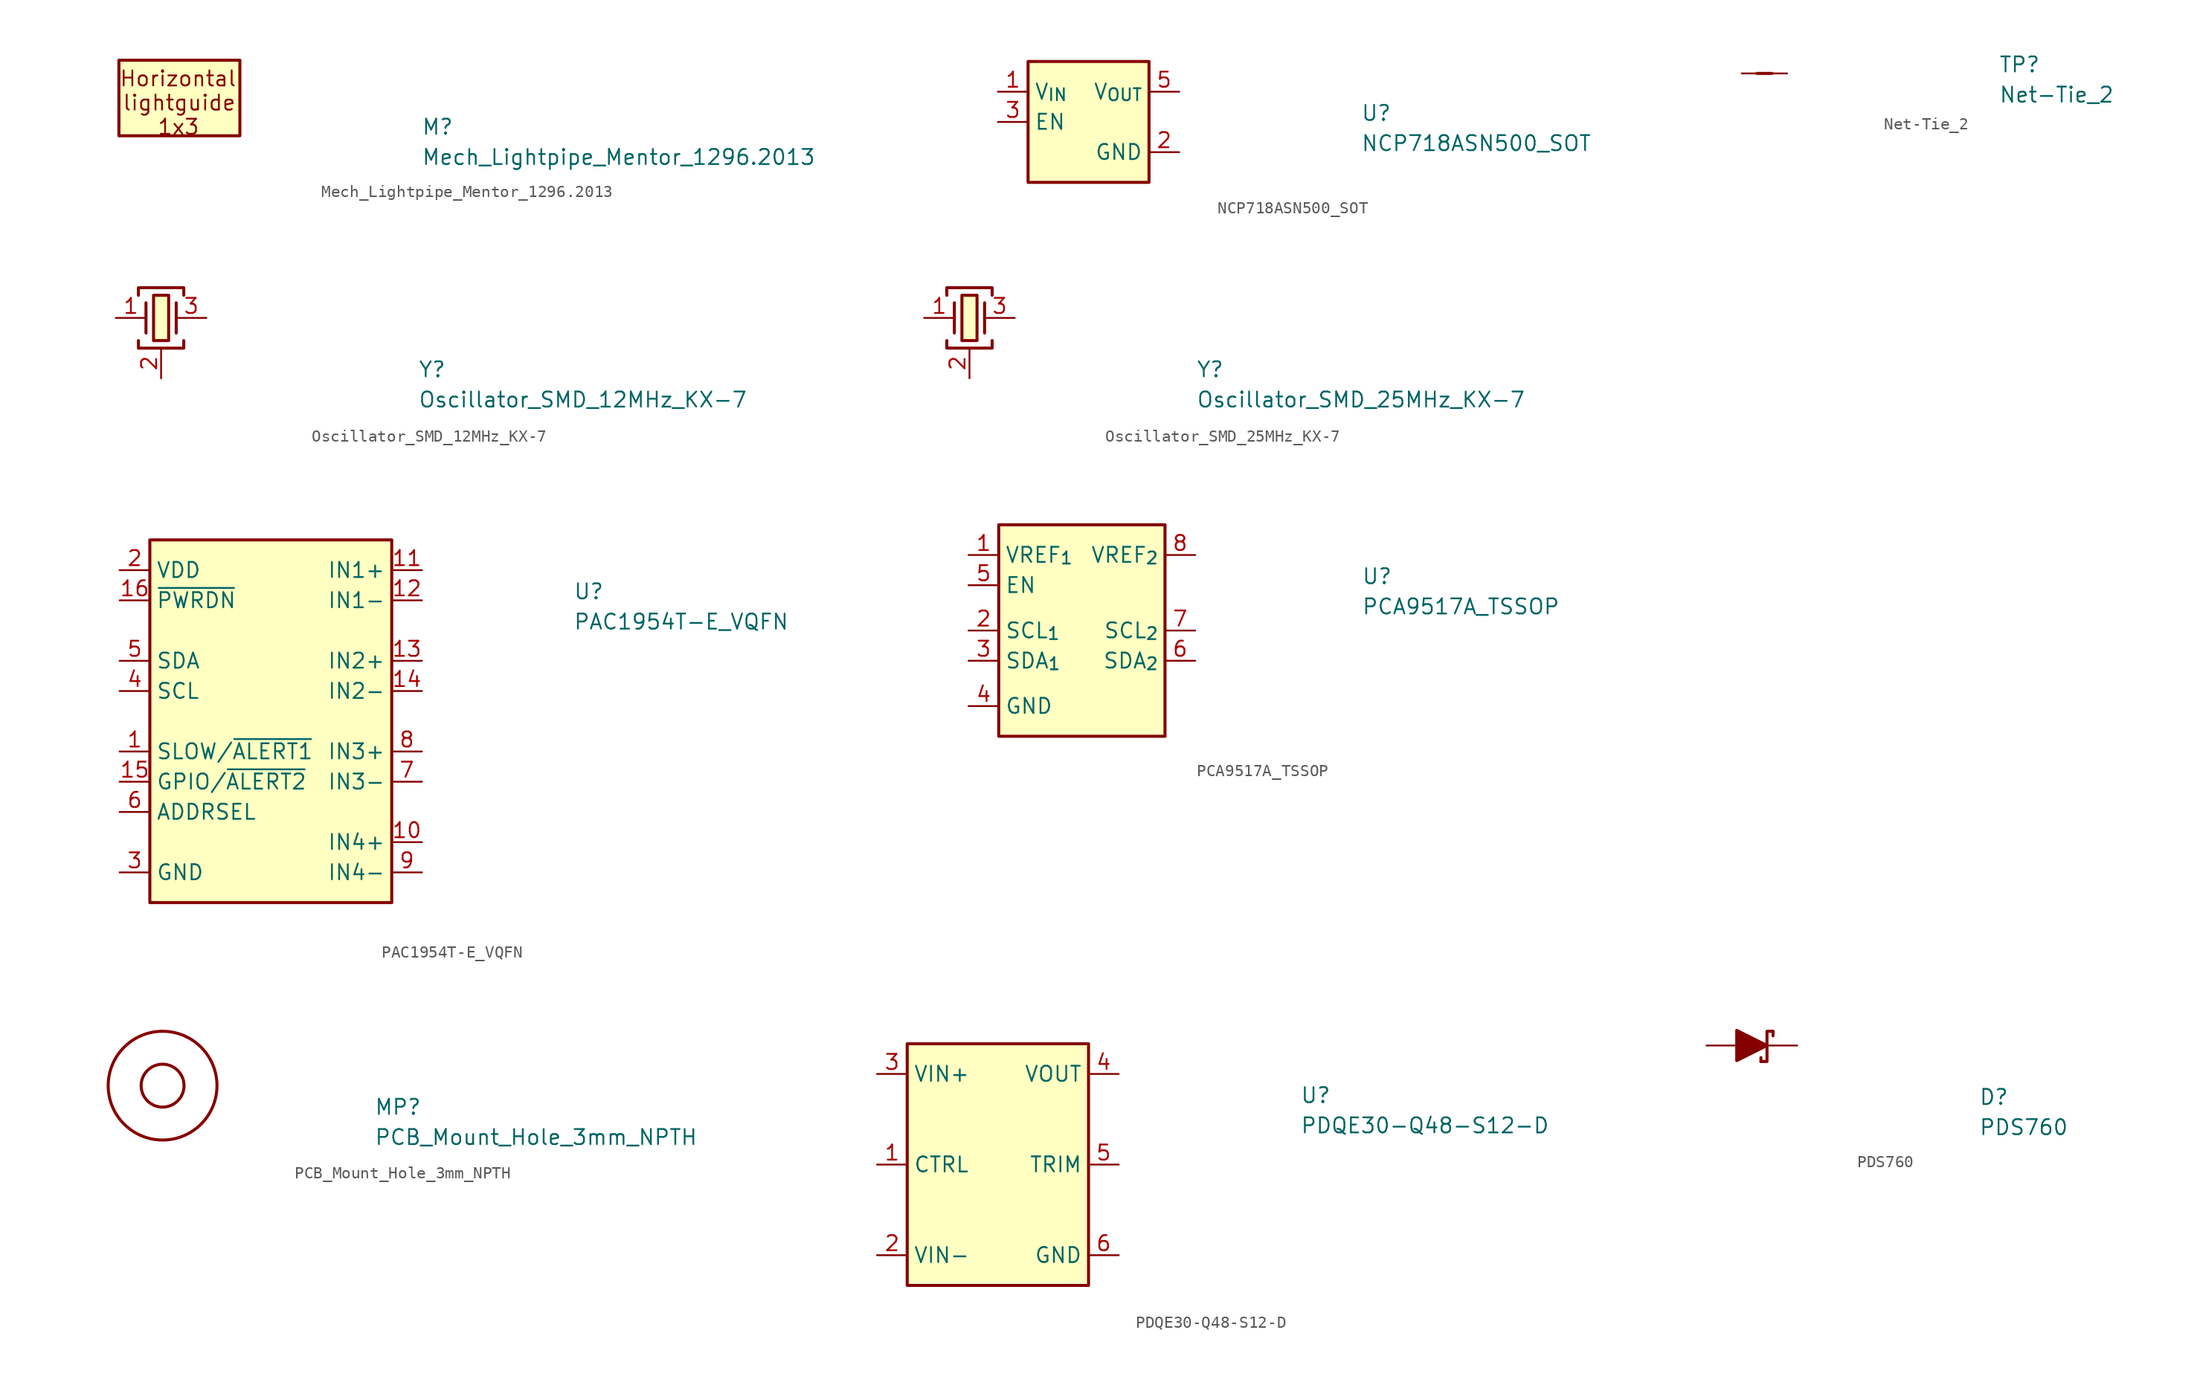
<source format=kicad_sym>
(kicad_symbol_lib
  (version 20211014)
  (generator kicad_symbol_editor)
  (symbol "Mech_Lightpipe_Mentor_1296.2013"
    (property "Reference" "M"
      (at 20.32 -2.54 0)
      (effects (font (size 1.27 1.27) (thickness 0.15)) (justify left bottom)))
    (property "Value" "Mech_Lightpipe_Mentor_1296.2013"
      (at 20.32 -5.08 0)
      (effects (font (size 1.27 1.27) (thickness 0.15)) (justify left bottom)))
    (symbol "Mech_Lightpipe_Mentor_1296.2013_1_1"
      (rectangle (start 5.08 -2.54) (end -5.08 3.81) (stroke (width 0.254) (type default) (color 0 0 0 0)) (fill (type background)))
      (text "1x3" (at -1.905 -2.54 0) (effects (font (size 1.27 1.27) (thickness 0.15)) (justify left bottom)))
      (text "Horizontal" (at -5.08 1.524 0) (effects (font (size 1.27 1.27) (thickness 0.15)) (justify left bottom)))
      (text "lightguide" (at -4.826 -0.508 0) (effects (font (size 1.27 1.27) (thickness 0.15)) (justify left bottom)))))
  (symbol "NCP718ASN500_SOT"
    (property "Reference" "U"
      (at 30.48 -2.54 0)
      (effects (font (size 1.27 1.27) (thickness 0.15)) (justify left bottom)))
    (property "Value" "NCP718ASN500_SOT"
      (at 30.48 -5.08 0)
      (effects (font (size 1.27 1.27) (thickness 0.15)) (justify left bottom)))
    (symbol "NCP718ASN500_SOT_1_1"
      (rectangle (start 2.54 2.54) (end 12.7 -7.62) (stroke (width 0.254) (type default) (color 0 0 0 0)) (fill (type background)))
      (pin power_in line (at 0 0 0) (length 2.54) (name "V_{IN}" (effects (font (size 1.27 1.27)))) (number "1" (effects (font (size 1.27 1.27)))))
      (pin power_in line (at 15.24 -5.08 180) (length 2.54) (name "GND" (effects (font (size 1.27 1.27)))) (number "2" (effects (font (size 1.27 1.27)))))
      (pin input line (at 0 -2.54 0) (length 2.54) (name "EN" (effects (font (size 1.27 1.27)))) (number "3" (effects (font (size 1.27 1.27)))))
      (pin no_connect line (at 12.7 -2.54 180) (length 2.54) hide (name "NC" (effects (font (size 1.27 1.27)))) (number "4" (effects (font (size 1.27 1.27)))))
      (pin power_out line (at 15.24 0 180) (length 2.54) (name "V_{OUT}" (effects (font (size 1.27 1.27)))) (number "5" (effects (font (size 1.27 1.27)))))))
  (symbol "Net-Tie_2"
    (pin_numbers hide)
    (pin_names hide)
    (property "Reference" "TP"
      (at 21.59 0 0)
      (effects (font (size 1.27 1.27) (thickness 0.15)) (justify left bottom)))
    (property "Value" "Net-Tie_2"
      (at 21.59 -2.54 0)
      (effects (font (size 1.27 1.27) (thickness 0.15)) (justify left bottom)))
    (symbol "Net-Tie_2_1_1"
      (polyline (pts (xy 1.27 0) (xy 2.54 0)) (stroke (width 0.254) (type default) (color 0 0 0 0)) (fill (type background)))
      (pin passive line (at 0 0 0) (length 1.27) (name "1" (effects (font (size 1.27 1.27)))) (number "1" (effects (font (size 1.27 1.27)))))
      (pin passive line (at 3.81 0 180) (length 1.27) (name "2" (effects (font (size 1.27 1.27)))) (number "2" (effects (font (size 1.27 1.27)))))))
  (symbol "Oscillator_SMD_12MHz_KX-7"
    (pin_names hide)
    (property "Reference" "Y"
      (at 25.4 -5.08 0)
      (effects (font (size 1.27 1.27) (thickness 0.15)) (justify left bottom)))
    (property "Value" "Oscillator_SMD_12MHz_KX-7"
      (at 25.4 -7.62 0)
      (effects (font (size 1.27 1.27) (thickness 0.15)) (justify left bottom)))
    (symbol "Oscillator_SMD_12MHz_KX-7_1_1"
      (polyline (pts (xy 2.54 1.27) (xy 2.54 -1.27)) (stroke (width 0.254) (type default) (color 0 0 0 0)) (fill (type background)))
      (polyline (pts (xy 5.08 1.27) (xy 5.08 -1.27)) (stroke (width 0.254) (type default) (color 0 0 0 0)) (fill (type background)))
      (polyline (pts (xy 1.905 -1.905) (xy 1.905 -2.54) (xy 5.715 -2.54) (xy 5.715 -1.905)) (stroke (width 0.254) (type default) (color 0 0 0 0)) (fill (type none)))
      (polyline (pts (xy 1.905 1.905) (xy 1.905 2.54) (xy 5.715 2.54) (xy 5.715 1.905)) (stroke (width 0.254) (type default) (color 0 0 0 0)) (fill (type none)))
      (rectangle (start 3.175 1.905) (end 4.445 -1.905) (stroke (width 0.254) (type default) (color 0 0 0 0)) (fill (type background)))
      (pin passive line (at 0 0 0) (length 2.54) (name "~" (effects (font (size 1.27 1.27)))) (number "1" (effects (font (size 1.27 1.27)))))
      (pin passive line (at 3.81 -5.08 90) (length 2.54) (name "SH" (effects (font (size 1.27 1.27)))) (number "2" (effects (font (size 1.27 1.27)))))
      (pin passive line (at 7.62 0 180) (length 2.54) (name "~" (effects (font (size 1.27 1.27)))) (number "3" (effects (font (size 1.27 1.27)))))
      (pin passive line (at 3.81 -5.08 90) (length 2.54) hide (name "SH" (effects (font (size 1.27 1.27)))) (number "4" (effects (font (size 1.27 1.27)))))))
  (symbol "Oscillator_SMD_25MHz_KX-7"
    (pin_names hide)
    (property "Reference" "Y"
      (at 22.86 -5.08 0)
      (effects (font (size 1.27 1.27) (thickness 0.15)) (justify left bottom)))
    (property "Value" "Oscillator_SMD_25MHz_KX-7"
      (at 22.86 -7.62 0)
      (effects (font (size 1.27 1.27) (thickness 0.15)) (justify left bottom)))
    (symbol "Oscillator_SMD_25MHz_KX-7_1_1"
      (polyline (pts (xy 2.54 1.27) (xy 2.54 -1.27)) (stroke (width 0.254) (type default) (color 0 0 0 0)) (fill (type background)))
      (polyline (pts (xy 5.08 1.27) (xy 5.08 -1.27)) (stroke (width 0.254) (type default) (color 0 0 0 0)) (fill (type background)))
      (polyline (pts (xy 1.905 -1.905) (xy 1.905 -2.54) (xy 5.715 -2.54) (xy 5.715 -1.905)) (stroke (width 0.254) (type default) (color 0 0 0 0)) (fill (type none)))
      (polyline (pts (xy 1.905 1.905) (xy 1.905 2.54) (xy 5.715 2.54) (xy 5.715 1.905)) (stroke (width 0.254) (type default) (color 0 0 0 0)) (fill (type none)))
      (rectangle (start 3.175 1.905) (end 4.445 -1.905) (stroke (width 0.254) (type default) (color 0 0 0 0)) (fill (type background)))
      (pin passive line (at 0 0 0) (length 2.54) (name "~" (effects (font (size 1.27 1.27)))) (number "1" (effects (font (size 1.27 1.27)))))
      (pin passive line (at 3.81 -5.08 90) (length 2.54) (name "SH" (effects (font (size 1.27 1.27)))) (number "2" (effects (font (size 1.27 1.27)))))
      (pin passive line (at 7.62 0 180) (length 2.54) (name "~" (effects (font (size 1.27 1.27)))) (number "3" (effects (font (size 1.27 1.27)))))
      (pin passive line (at 3.81 -5.08 90) (length 2.54) hide (name "SH" (effects (font (size 1.27 1.27)))) (number "4" (effects (font (size 1.27 1.27)))))))
  (symbol "PAC1954T-E_VQFN"
    (property "Reference" "U"
      (at 38.1 -2.54 0)
      (effects (font (size 1.27 1.27) (thickness 0.15)) (justify left bottom)))
    (property "Value" "PAC1954T-E_VQFN"
      (at 38.1 -5.08 0)
      (effects (font (size 1.27 1.27) (thickness 0.15)) (justify left bottom)))
    (symbol "PAC1954T-E_VQFN_1_1"
      (rectangle (start 2.54 2.54) (end 22.86 -27.94) (stroke (width 0.254) (type default) (color 0 0 0 0)) (fill (type background)))
      (pin bidirectional line (at 0 -15.24 0) (length 2.54) (name "SLOW/~{ALERT1}" (effects (font (size 1.27 1.27)))) (number "1" (effects (font (size 1.27 1.27)))))
      (pin input line (at 25.4 -22.86 180) (length 2.54) (name "IN4+" (effects (font (size 1.27 1.27)))) (number "10" (effects (font (size 1.27 1.27)))))
      (pin input line (at 25.4 0 180) (length 2.54) (name "IN1+" (effects (font (size 1.27 1.27)))) (number "11" (effects (font (size 1.27 1.27)))))
      (pin input line (at 25.4 -2.54 180) (length 2.54) (name "IN1-" (effects (font (size 1.27 1.27)))) (number "12" (effects (font (size 1.27 1.27)))))
      (pin input line (at 25.4 -7.62 180) (length 2.54) (name "IN2+" (effects (font (size 1.27 1.27)))) (number "13" (effects (font (size 1.27 1.27)))))
      (pin input line (at 25.4 -10.16 180) (length 2.54) (name "IN2-" (effects (font (size 1.27 1.27)))) (number "14" (effects (font (size 1.27 1.27)))))
      (pin bidirectional line (at 0 -17.78 0) (length 2.54) (name "GPIO/~{ALERT2}" (effects (font (size 1.27 1.27)))) (number "15" (effects (font (size 1.27 1.27)))))
      (pin input line (at 0 -2.54 0) (length 2.54) (name "~{PWRDN}" (effects (font (size 1.27 1.27)))) (number "16" (effects (font (size 1.27 1.27)))))
      (pin no_connect line (at 2.54 -22.86 0) (length 2.54) hide (name "EP" (effects (font (size 1.27 1.27)))) (number "17" (effects (font (size 1.27 1.27)))))
      (pin power_in line (at 0 0 0) (length 2.54) (name "VDD" (effects (font (size 1.27 1.27)))) (number "2" (effects (font (size 1.27 1.27)))))
      (pin power_in line (at 0 -25.4 0) (length 2.54) (name "GND" (effects (font (size 1.27 1.27)))) (number "3" (effects (font (size 1.27 1.27)))))
      (pin input line (at 0 -10.16 0) (length 2.54) (name "SCL" (effects (font (size 1.27 1.27)))) (number "4" (effects (font (size 1.27 1.27)))))
      (pin bidirectional line (at 0 -7.62 0) (length 2.54) (name "SDA" (effects (font (size 1.27 1.27)))) (number "5" (effects (font (size 1.27 1.27)))))
      (pin bidirectional line (at 0 -20.32 0) (length 2.54) (name "ADDRSEL" (effects (font (size 1.27 1.27)))) (number "6" (effects (font (size 1.27 1.27)))))
      (pin input line (at 25.4 -17.78 180) (length 2.54) (name "IN3-" (effects (font (size 1.27 1.27)))) (number "7" (effects (font (size 1.27 1.27)))))
      (pin input line (at 25.4 -15.24 180) (length 2.54) (name "IN3+" (effects (font (size 1.27 1.27)))) (number "8" (effects (font (size 1.27 1.27)))))
      (pin input line (at 25.4 -25.4 180) (length 2.54) (name "IN4-" (effects (font (size 1.27 1.27)))) (number "9" (effects (font (size 1.27 1.27)))))))
  (symbol "PCA9517A_TSSOP"
    (property "Reference" "U"
      (at 33.02 -2.54 0)
      (effects (font (size 1.27 1.27) (thickness 0.15)) (justify left bottom)))
    (property "Value" "PCA9517A_TSSOP"
      (at 33.02 -5.08 0)
      (effects (font (size 1.27 1.27) (thickness 0.15)) (justify left bottom)))
    (symbol "PCA9517A_TSSOP_1_1"
      (rectangle (start 2.54 2.54) (end 16.51 -15.24) (stroke (width 0.254) (type default) (color 0 0 0 0)) (fill (type background)))
      (pin power_in line (at 0 0 0) (length 2.54) (name "VREF_{1}" (effects (font (size 1.27 1.27)))) (number "1" (effects (font (size 1.27 1.27)))))
      (pin bidirectional line (at 0 -6.35 0) (length 2.54) (name "SCL_{1}" (effects (font (size 1.27 1.27)))) (number "2" (effects (font (size 1.27 1.27)))))
      (pin bidirectional line (at 0 -8.89 0) (length 2.54) (name "SDA_{1}" (effects (font (size 1.27 1.27)))) (number "3" (effects (font (size 1.27 1.27)))))
      (pin power_in line (at 0 -12.7 0) (length 2.54) (name "GND" (effects (font (size 1.27 1.27)))) (number "4" (effects (font (size 1.27 1.27)))))
      (pin input line (at 0 -2.54 0) (length 2.54) (name "EN" (effects (font (size 1.27 1.27)))) (number "5" (effects (font (size 1.27 1.27)))))
      (pin bidirectional line (at 19.05 -8.89 180) (length 2.54) (name "SDA_{2}" (effects (font (size 1.27 1.27)))) (number "6" (effects (font (size 1.27 1.27)))))
      (pin bidirectional line (at 19.05 -6.35 180) (length 2.54) (name "SCL_{2}" (effects (font (size 1.27 1.27)))) (number "7" (effects (font (size 1.27 1.27)))))
      (pin power_in line (at 19.05 0 180) (length 2.54) (name "VREF_{2}" (effects (font (size 1.27 1.27)))) (number "8" (effects (font (size 1.27 1.27)))))))
  (symbol "PCB_Mount_Hole_3mm_NPTH"
    (pin_names hide)
    (property "Reference" "MP"
      (at 17.78 -2.54 0)
      (effects (font (size 1.27 1.27) (thickness 0.15)) (justify left bottom)))
    (property "Value" "PCB_Mount_Hole_3mm_NPTH"
      (at 17.78 -5.08 0)
      (effects (font (size 1.27 1.27) (thickness 0.15)) (justify left bottom)))
    (symbol "PCB_Mount_Hole_3mm_NPTH_1_1"
      (circle (center 0 0) (radius 1.803) (stroke (width 0.254) (type default) (color 0 0 0 0)) (fill (type none)))
      (circle (center 0 0) (radius 4.572) (stroke (width 0.254) (type default) (color 0 0 0 0)) (fill (type none)))))
  (symbol "PDQE30-Q48-S12-D"
    (property "Reference" "U"
      (at 35.56 -2.54 0)
      (effects (font (size 1.27 1.27) (thickness 0.15)) (justify left bottom)))
    (property "Value" "PDQE30-Q48-S12-D"
      (at 35.56 -5.08 0)
      (effects (font (size 1.27 1.27) (thickness 0.15)) (justify left bottom)))
    (symbol "PDQE30-Q48-S12-D_1_1"
      (rectangle (start 2.54 2.54) (end 17.78 -17.78) (stroke (width 0.254) (type default) (color 0 0 0 0)) (fill (type background)))
      (pin input line (at 0 -7.62 0) (length 2.54) (name "CTRL" (effects (font (size 1.27 1.27)))) (number "1" (effects (font (size 1.27 1.27)))))
      (pin power_in line (at 0 -15.24 0) (length 2.54) (name "VIN-" (effects (font (size 1.27 1.27)))) (number "2" (effects (font (size 1.27 1.27)))))
      (pin power_in line (at 0 0 0) (length 2.54) (name "VIN+" (effects (font (size 1.27 1.27)))) (number "3" (effects (font (size 1.27 1.27)))))
      (pin power_in line (at 20.32 0 180) (length 2.54) (name "VOUT" (effects (font (size 1.27 1.27)))) (number "4" (effects (font (size 1.27 1.27)))))
      (pin passive line (at 20.32 -7.62 180) (length 2.54) (name "TRIM" (effects (font (size 1.27 1.27)))) (number "5" (effects (font (size 1.27 1.27)))))
      (pin power_in line (at 20.32 -15.24 180) (length 2.54) (name "GND" (effects (font (size 1.27 1.27)))) (number "6" (effects (font (size 1.27 1.27)))))))
  (symbol "PDS760"
    (pin_numbers hide)
    (pin_names hide)
    (property "Reference" "D"
      (at 22.86 -5.08 0)
      (effects (font (size 1.27 1.27) (thickness 0.15)) (justify left bottom)))
    (property "Value" "PDS760"
      (at 22.86 -7.62 0)
      (effects (font (size 1.27 1.27) (thickness 0.15)) (justify left bottom)))
    (symbol "PDS760_1_1"
      (polyline (pts (xy 4.572 -1.016) (xy 4.572 -1.346)) (stroke (width 0.254) (type default) (color 0 0 0 0)) (fill (type background)))
      (polyline (pts (xy 5.588 1.194) (xy 5.588 0.813)) (stroke (width 0.254) (type default) (color 0 0 0 0)) (fill (type background)))
      (polyline (pts (xy 2.54 1.27) (xy 2.54 -1.27) (xy 5.08 0) (xy 2.54 1.27)) (stroke (width 0.254) (type default) (color 0 0 0 0)) (fill (type outline)))
      (polyline (pts (xy 5.588 1.194) (xy 5.08 1.194) (xy 5.08 -1.346) (xy 4.572 -1.346)) (stroke (width 0.254) (type default) (color 0 0 0 0)) (fill (type none)))
      (pin passive line (at 0 0 0) (length 2.54) (name "A" (effects (font (size 1.27 1.27)))) (number "A" (effects (font (size 1.27 1.27)))))
      (pin passive line (at 7.62 0 180) (length 2.54) (name "C" (effects (font (size 1.27 1.27)))) (number "C" (effects (font (size 1.27 1.27))))))))
</source>
